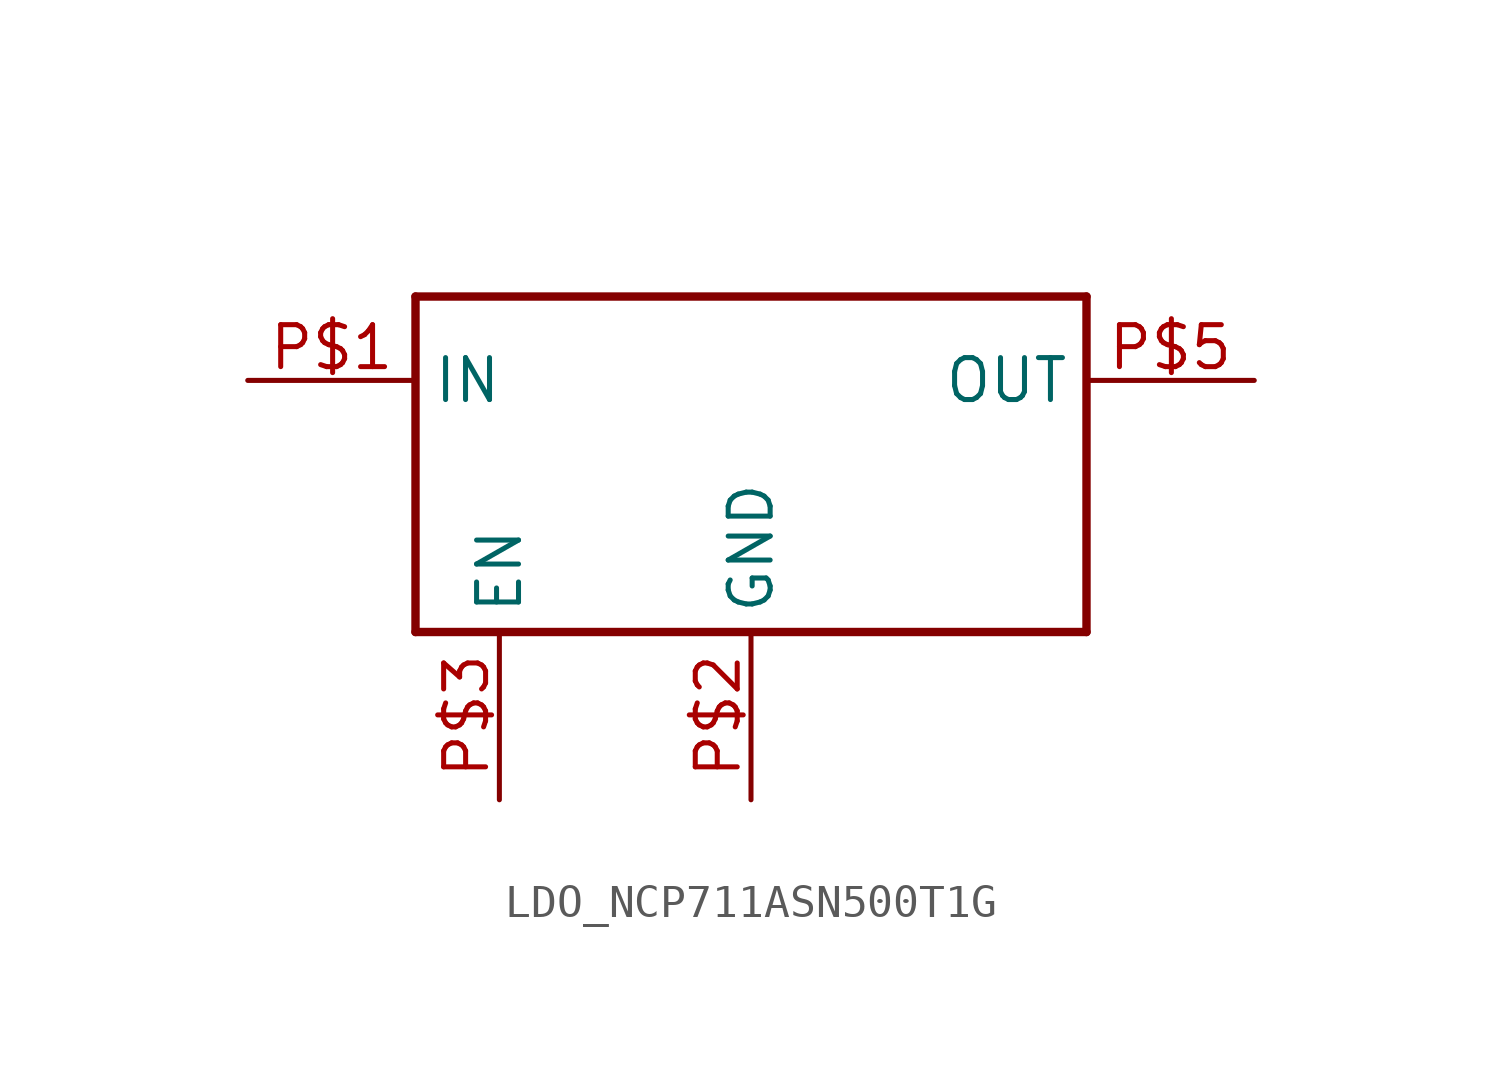
<source format=kicad_sym>
(kicad_symbol_lib
  (version 20220914)
  (generator kicad_symbol_editor)
  (symbol "LDO_NCP711ASN500T1G"
    (property "Reference" ""
      (at 2.54 10.16 0)
      (effects (font (size 1.778 1.511)) (justify left bottom) hide))
    (property "Value" ""
      (at -10.16 10.16 0)
      (effects (font (size 1.778 1.511)) (justify left bottom)))
    (property "ki_locked" ""
      (at 0 0 0)
      (effects (font (size 1.27 1.27))))
    (symbol "LDO_NCP711ASN500T1G_1_0"
      (polyline (pts (xy -10.16 -2.54) (xy -10.16 7.62)) (stroke (width 0.254) (type solid)) (fill (type none)))
      (polyline (pts (xy -10.16 7.62) (xy 10.16 7.62)) (stroke (width 0.254) (type solid)) (fill (type none)))
      (polyline (pts (xy 10.16 -2.54) (xy -10.16 -2.54)) (stroke (width 0.254) (type solid)) (fill (type none)))
      (polyline (pts (xy 10.16 7.62) (xy 10.16 -2.54)) (stroke (width 0.254) (type solid)) (fill (type none)))
      (pin bidirectional line (at -15.24 5.08 0) (length 5.08) (name "IN" (effects (font (size 1.27 1.27)))) (number "P$1" (effects (font (size 1.27 1.27)))))
      (pin bidirectional line (at 0 -7.62 90) (length 5.08) (name "GND" (effects (font (size 1.27 1.27)))) (number "P$2" (effects (font (size 1.27 1.27)))))
      (pin bidirectional line (at -7.62 -7.62 90) (length 5.08) (name "EN" (effects (font (size 1.27 1.27)))) (number "P$3" (effects (font (size 1.27 1.27)))))
      (pin bidirectional line (at 15.24 5.08 180) (length 5.08) (name "OUT" (effects (font (size 1.27 1.27)))) (number "P$5" (effects (font (size 1.27 1.27))))))))
</source>
